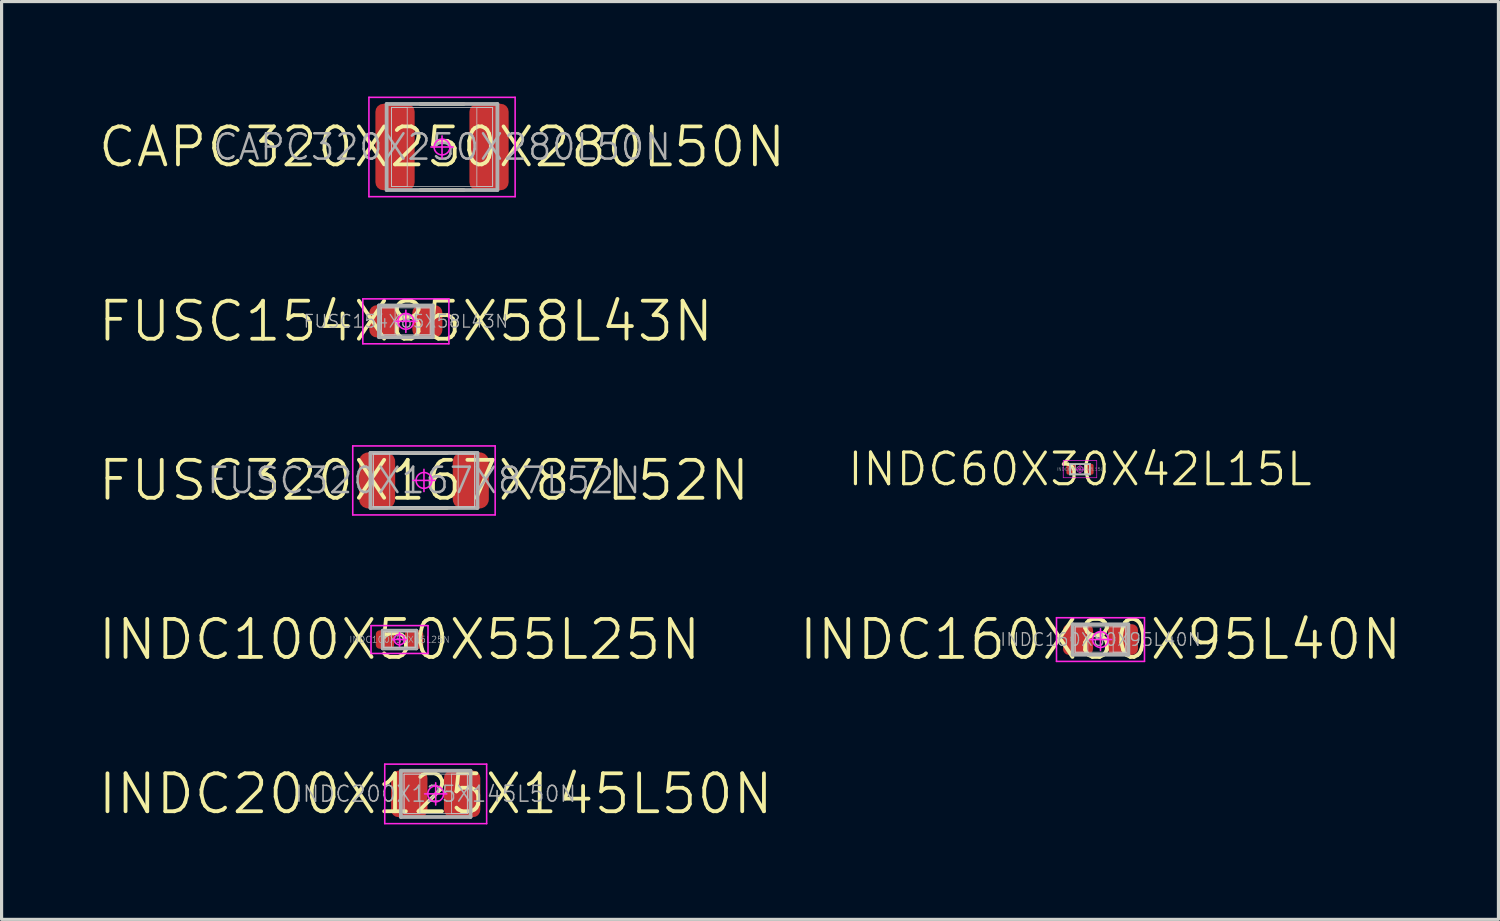
<source format=kicad_pcb>
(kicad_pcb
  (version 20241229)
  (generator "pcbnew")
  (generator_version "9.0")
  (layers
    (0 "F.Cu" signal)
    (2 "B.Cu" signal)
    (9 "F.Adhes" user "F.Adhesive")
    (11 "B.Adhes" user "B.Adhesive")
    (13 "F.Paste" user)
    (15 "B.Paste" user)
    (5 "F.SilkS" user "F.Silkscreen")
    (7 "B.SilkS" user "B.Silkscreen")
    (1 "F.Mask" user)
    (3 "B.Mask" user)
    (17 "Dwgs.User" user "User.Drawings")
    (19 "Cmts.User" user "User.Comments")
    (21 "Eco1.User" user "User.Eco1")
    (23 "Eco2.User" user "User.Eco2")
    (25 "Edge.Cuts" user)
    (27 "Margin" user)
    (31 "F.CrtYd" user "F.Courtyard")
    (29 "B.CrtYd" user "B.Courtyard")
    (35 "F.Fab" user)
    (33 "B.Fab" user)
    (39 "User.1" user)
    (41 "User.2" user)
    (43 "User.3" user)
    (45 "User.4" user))
  (footprint "INDC60X30X42L15L"
    (layer "F.Cu")
    (at 31.075 11.776)
    (property "Reference" "INDC60X30X42L15L" (at 0 0 0) (layer "F.SilkS") (effects (font (size 1 1) (thickness 0.1))))
    (attr smd)
    (fp_line (start -0.3 -0.15) (end -0.15 -0.15) (stroke (width 0.025) (type solid)) (layer "Dwgs.User"))
    (fp_line (start -0.3 -0.15) (end 0.3 -0.15) (stroke (width 0.025) (type solid)) (layer "Dwgs.User"))
    (fp_line (start -0.3 0.15) (end -0.3 -0.15) (stroke (width 0.025) (type solid)) (layer "Dwgs.User"))
    (fp_line (start -0.3 0.15) (end -0.3 -0.15) (stroke (width 0.025) (type solid)) (layer "Dwgs.User"))
    (fp_line (start -0.15 -0.15) (end -0.15 0.15) (stroke (width 0.025) (type solid)) (layer "Dwgs.User"))
    (fp_line (start -0.15 0.15) (end -0.3 0.15) (stroke (width 0.025) (type solid)) (layer "Dwgs.User"))
    (fp_line (start 0.15 -0.15) (end 0.3 -0.15) (stroke (width 0.025) (type solid)) (layer "Dwgs.User"))
    (fp_line (start 0.15 0.15) (end 0.15 -0.15) (stroke (width 0.025) (type solid)) (layer "Dwgs.User"))
    (fp_line (start 0.3 -0.15) (end 0.3 0.15) (stroke (width 0.025) (type solid)) (layer "Dwgs.User"))
    (fp_line (start 0.3 -0.15) (end 0.3 0.15) (stroke (width 0.025) (type solid)) (layer "Dwgs.User"))
    (fp_line (start 0.3 0.15) (end -0.3 0.15) (stroke (width 0.025) (type solid)) (layer "Dwgs.User"))
    (fp_line (start 0.3 0.15) (end 0.15 0.15) (stroke (width 0.025) (type solid)) (layer "Dwgs.User"))
    (fp_line (start -0.53 -0.27) (end 0.53 -0.27) (stroke (width 0.02) (type solid)) (layer "F.CrtYd"))
    (fp_line (start -0.53 0.27) (end -0.53 -0.27) (stroke (width 0.02) (type solid)) (layer "F.CrtYd"))
    (fp_line (start 0 -0.135) (end 0 0.135) (stroke (width 0.02) (type solid)) (layer "F.CrtYd"))
    (fp_line (start 0.135 0) (end -0.135 0) (stroke (width 0.02) (type solid)) (layer "F.CrtYd"))
    (fp_line (start 0.53 -0.27) (end 0.53 0.27) (stroke (width 0.02) (type solid)) (layer "F.CrtYd"))
    (fp_line (start 0.53 0.27) (end -0.53 0.27) (stroke (width 0.02) (type solid)) (layer "F.CrtYd"))
    (fp_circle (center 0 0) (end 0 0.101) (stroke (width 0.02) (type solid)) (fill no) (layer "F.CrtYd"))
    (fp_line (start -0.32 -0.17) (end 0.32 -0.17) (stroke (width 0.05) (type solid)) (layer "F.Fab"))
    (fp_line (start -0.32 0.17) (end -0.32 -0.17) (stroke (width 0.05) (type solid)) (layer "F.Fab"))
    (fp_line (start 0.32 -0.17) (end 0.32 0.17) (stroke (width 0.05) (type solid)) (layer "F.Fab"))
    (fp_line (start 0.32 0.17) (end -0.32 0.17) (stroke (width 0.05) (type solid)) (layer "F.Fab"))
    (fp_text user "${REFERENCE}" (at 0 0 0) (layer "F.Fab") (effects (font (size 0.1 0.1) (thickness 0.01))))
    (pad "1" smd roundrect (at -0.28 0) (size 0.3 0.34) (layers "F.Cu" "F.Mask" "F.Paste") (roundrect_rratio 0.2))
    (pad "2" smd roundrect (at 0.28 0) (size 0.3 0.34) (layers "F.Cu" "F.Mask" "F.Paste") (roundrect_rratio 0.2)))
  (footprint "FUSC154X85X58L43N"
    (layer "F.Cu")
    (at 9.774 7.103)
    (property "Reference" "FUSC154X85X58L43N" (at 0 0 0) (layer "F.SilkS") (effects (font (size 1.2 1.2) (thickness 0.12))))
    (attr smd)
    (fp_line (start -0.77 -0.425) (end -0.34 -0.425) (stroke (width 0.025) (type solid)) (layer "Dwgs.User"))
    (fp_line (start -0.77 -0.425) (end 0.77 -0.425) (stroke (width 0.025) (type solid)) (layer "Dwgs.User"))
    (fp_line (start -0.77 0.425) (end -0.77 -0.425) (stroke (width 0.025) (type solid)) (layer "Dwgs.User"))
    (fp_line (start -0.77 0.425) (end -0.77 -0.425) (stroke (width 0.025) (type solid)) (layer "Dwgs.User"))
    (fp_line (start -0.34 -0.425) (end -0.34 0.425) (stroke (width 0.025) (type solid)) (layer "Dwgs.User"))
    (fp_line (start -0.34 0.425) (end -0.77 0.425) (stroke (width 0.025) (type solid)) (layer "Dwgs.User"))
    (fp_line (start 0.34 -0.425) (end 0.77 -0.425) (stroke (width 0.025) (type solid)) (layer "Dwgs.User"))
    (fp_line (start 0.34 0.425) (end 0.34 -0.425) (stroke (width 0.025) (type solid)) (layer "Dwgs.User"))
    (fp_line (start 0.77 -0.425) (end 0.77 0.425) (stroke (width 0.025) (type solid)) (layer "Dwgs.User"))
    (fp_line (start 0.77 -0.425) (end 0.77 0.425) (stroke (width 0.025) (type solid)) (layer "Dwgs.User"))
    (fp_line (start 0.77 0.425) (end -0.77 0.425) (stroke (width 0.025) (type solid)) (layer "Dwgs.User"))
    (fp_line (start 0.77 0.425) (end 0.34 0.425) (stroke (width 0.025) (type solid)) (layer "Dwgs.User"))
    (fp_line (start -1.36 -0.71) (end 1.36 -0.71) (stroke (width 0.05) (type solid)) (layer "F.CrtYd"))
    (fp_line (start -1.36 0.71) (end -1.36 -0.71) (stroke (width 0.05) (type solid)) (layer "F.CrtYd"))
    (fp_line (start 0 -0.35) (end 0 0.35) (stroke (width 0.05) (type solid)) (layer "F.CrtYd"))
    (fp_line (start 0.35 0) (end -0.35 0) (stroke (width 0.05) (type solid)) (layer "F.CrtYd"))
    (fp_line (start 1.36 -0.71) (end 1.36 0.71) (stroke (width 0.05) (type solid)) (layer "F.CrtYd"))
    (fp_line (start 1.36 0.71) (end -1.36 0.71) (stroke (width 0.05) (type solid)) (layer "F.CrtYd"))
    (fp_circle (center 0 0) (end 0 0.25) (stroke (width 0.05) (type solid)) (fill no) (layer "F.CrtYd"))
    (fp_line (start -0.85 -0.5) (end 0.85 -0.5) (stroke (width 0.12) (type solid)) (layer "F.Fab"))
    (fp_line (start -0.85 0.5) (end -0.85 -0.5) (stroke (width 0.12) (type solid)) (layer "F.Fab"))
    (fp_line (start 0.85 -0.5) (end 0.85 0.5) (stroke (width 0.12) (type solid)) (layer "F.Fab"))
    (fp_line (start 0.85 0.5) (end -0.85 0.5) (stroke (width 0.12) (type solid)) (layer "F.Fab"))
    (fp_text user "${REFERENCE}" (at 0 0 0) (layer "F.Fab") (effects (font (size 0.4 0.4) (thickness 0.04))))
    (pad "1" smd roundrect (at -0.68 0) (size 0.95 1.02) (layers "F.Cu" "F.Mask" "F.Paste") (roundrect_rratio 0.25))
    (pad "2" smd roundrect (at 0.68 0) (size 0.95 1.02) (layers "F.Cu" "F.Mask" "F.Paste") (roundrect_rratio 0.25)))
  (footprint "FUSC320X167X87L52N"
    (layer "F.Cu")
    (at 10.346 12.13)
    (property "Reference" "FUSC320X167X87L52N" (at 0 0 0) (layer "F.SilkS") (effects (font (size 1.2 1.2) (thickness 0.12))))
    (attr smd)
    (fp_line (start -0.73 -0.87) (end 0.73 -0.87) (stroke (width 0.12) (type solid)) (layer "F.SilkS"))
    (fp_line (start -0.73 0.87) (end 0.73 0.87) (stroke (width 0.12) (type solid)) (layer "F.SilkS"))
    (fp_line (start -1.6 -0.835) (end -1.08 -0.835) (stroke (width 0.025) (type solid)) (layer "Dwgs.User"))
    (fp_line (start -1.6 -0.835) (end 1.6 -0.835) (stroke (width 0.025) (type solid)) (layer "Dwgs.User"))
    (fp_line (start -1.6 0.835) (end -1.6 -0.835) (stroke (width 0.025) (type solid)) (layer "Dwgs.User"))
    (fp_line (start -1.6 0.835) (end -1.6 -0.835) (stroke (width 0.025) (type solid)) (layer "Dwgs.User"))
    (fp_line (start -1.08 -0.835) (end -1.08 0.835) (stroke (width 0.025) (type solid)) (layer "Dwgs.User"))
    (fp_line (start -1.08 0.835) (end -1.6 0.835) (stroke (width 0.025) (type solid)) (layer "Dwgs.User"))
    (fp_line (start 1.08 -0.835) (end 1.6 -0.835) (stroke (width 0.025) (type solid)) (layer "Dwgs.User"))
    (fp_line (start 1.08 0.835) (end 1.08 -0.835) (stroke (width 0.025) (type solid)) (layer "Dwgs.User"))
    (fp_line (start 1.6 -0.835) (end 1.6 0.835) (stroke (width 0.025) (type solid)) (layer "Dwgs.User"))
    (fp_line (start 1.6 -0.835) (end 1.6 0.835) (stroke (width 0.025) (type solid)) (layer "Dwgs.User"))
    (fp_line (start 1.6 0.835) (end -1.6 0.835) (stroke (width 0.025) (type solid)) (layer "Dwgs.User"))
    (fp_line (start 1.6 0.835) (end 1.08 0.835) (stroke (width 0.025) (type solid)) (layer "Dwgs.User"))
    (fp_line (start -2.25 -1.09) (end 2.25 -1.09) (stroke (width 0.05) (type solid)) (layer "F.CrtYd"))
    (fp_line (start -2.25 1.09) (end -2.25 -1.09) (stroke (width 0.05) (type solid)) (layer "F.CrtYd"))
    (fp_line (start 0 -0.35) (end 0 0.35) (stroke (width 0.05) (type solid)) (layer "F.CrtYd"))
    (fp_line (start 0.35 0) (end -0.35 0) (stroke (width 0.05) (type solid)) (layer "F.CrtYd"))
    (fp_line (start 2.25 -1.09) (end 2.25 1.09) (stroke (width 0.05) (type solid)) (layer "F.CrtYd"))
    (fp_line (start 2.25 1.09) (end -2.25 1.09) (stroke (width 0.05) (type solid)) (layer "F.CrtYd"))
    (fp_circle (center 0 0) (end 0 0.25) (stroke (width 0.05) (type solid)) (fill no) (layer "F.CrtYd"))
    (fp_line (start -1.69 -0.87) (end 1.69 -0.87) (stroke (width 0.12) (type solid)) (layer "F.Fab"))
    (fp_line (start -1.69 0.87) (end -1.69 -0.87) (stroke (width 0.12) (type solid)) (layer "F.Fab"))
    (fp_line (start 1.69 -0.87) (end 1.69 0.87) (stroke (width 0.12) (type solid)) (layer "F.Fab"))
    (fp_line (start 1.69 0.87) (end -1.69 0.87) (stroke (width 0.12) (type solid)) (layer "F.Fab"))
    (fp_text user "${REFERENCE}" (at 0 0 0) (layer "F.Fab") (effects (font (size 0.8 0.8) (thickness 0.08))))
    (pad "1" smd roundrect (at -1.48 0) (size 1.14 1.77) (layers "F.Cu" "F.Mask" "F.Paste") (roundrect_rratio 0.25))
    (pad "2" smd roundrect (at 1.48 0) (size 1.14 1.77) (layers "F.Cu" "F.Mask" "F.Paste") (roundrect_rratio 0.25)))
  (footprint "INDC160X80X95L40N"
    (layer "F.Cu")
    (at 31.723 17.158)
    (property "Reference" "INDC160X80X95L40N" (at 0 0 0) (layer "F.SilkS") (effects (font (size 1.2 1.2) (thickness 0.12))))
    (attr smd)
    (fp_line (start -0.8 -0.4) (end -0.4 -0.4) (stroke (width 0.025) (type solid)) (layer "Dwgs.User"))
    (fp_line (start -0.8 -0.4) (end 0.8 -0.4) (stroke (width 0.025) (type solid)) (layer "Dwgs.User"))
    (fp_line (start -0.8 0.4) (end -0.8 -0.4) (stroke (width 0.025) (type solid)) (layer "Dwgs.User"))
    (fp_line (start -0.8 0.4) (end -0.8 -0.4) (stroke (width 0.025) (type solid)) (layer "Dwgs.User"))
    (fp_line (start -0.4 -0.4) (end -0.4 0.4) (stroke (width 0.025) (type solid)) (layer "Dwgs.User"))
    (fp_line (start -0.4 0.4) (end -0.8 0.4) (stroke (width 0.025) (type solid)) (layer "Dwgs.User"))
    (fp_line (start 0.4 -0.4) (end 0.8 -0.4) (stroke (width 0.025) (type solid)) (layer "Dwgs.User"))
    (fp_line (start 0.4 0.4) (end 0.4 -0.4) (stroke (width 0.025) (type solid)) (layer "Dwgs.User"))
    (fp_line (start 0.8 -0.4) (end 0.8 0.4) (stroke (width 0.025) (type solid)) (layer "Dwgs.User"))
    (fp_line (start 0.8 -0.4) (end 0.8 0.4) (stroke (width 0.025) (type solid)) (layer "Dwgs.User"))
    (fp_line (start 0.8 0.4) (end -0.8 0.4) (stroke (width 0.025) (type solid)) (layer "Dwgs.User"))
    (fp_line (start 0.8 0.4) (end 0.4 0.4) (stroke (width 0.025) (type solid)) (layer "Dwgs.User"))
    (fp_line (start -1.39 -0.69) (end 1.39 -0.69) (stroke (width 0.05) (type solid)) (layer "F.CrtYd"))
    (fp_line (start -1.39 0.69) (end -1.39 -0.69) (stroke (width 0.05) (type solid)) (layer "F.CrtYd"))
    (fp_line (start 0 -0.345) (end 0 0.345) (stroke (width 0.05) (type solid)) (layer "F.CrtYd"))
    (fp_line (start 0.345 0) (end -0.345 0) (stroke (width 0.05) (type solid)) (layer "F.CrtYd"))
    (fp_line (start 1.39 -0.69) (end 1.39 0.69) (stroke (width 0.05) (type solid)) (layer "F.CrtYd"))
    (fp_line (start 1.39 0.69) (end -1.39 0.69) (stroke (width 0.05) (type solid)) (layer "F.CrtYd"))
    (fp_circle (center 0 0) (end 0 0.25) (stroke (width 0.05) (type solid)) (fill no) (layer "F.CrtYd"))
    (fp_line (start -0.88 -0.48) (end 0.88 -0.48) (stroke (width 0.12) (type solid)) (layer "F.Fab"))
    (fp_line (start -0.88 0.48) (end -0.88 -0.48) (stroke (width 0.12) (type solid)) (layer "F.Fab"))
    (fp_line (start 0.88 -0.48) (end 0.88 0.48) (stroke (width 0.12) (type solid)) (layer "F.Fab"))
    (fp_line (start 0.88 0.48) (end -0.88 0.48) (stroke (width 0.12) (type solid)) (layer "F.Fab"))
    (fp_text user "${REFERENCE}" (at 0 0 0) (layer "F.Fab") (effects (font (size 0.4 0.4) (thickness 0.04))))
    (pad "1" smd roundrect (at -0.71 0) (size 0.95 0.97) (layers "F.Cu" "F.Mask" "F.Paste") (roundrect_rratio 0.2))
    (pad "2" smd roundrect (at 0.71 0) (size 0.95 0.97) (layers "F.Cu" "F.Mask" "F.Paste") (roundrect_rratio 0.2)))
  (footprint "INDC100X50X55L25N"
    (layer "F.Cu")
    (at 9.574 17.158)
    (property "Reference" "INDC100X50X55L25N" (at 0 0 0) (layer "F.SilkS") (effects (font (size 1.2 1.2) (thickness 0.12))))
    (attr smd)
    (fp_line (start -0.5 -0.25) (end -0.25 -0.25) (stroke (width 0.025) (type solid)) (layer "Dwgs.User"))
    (fp_line (start -0.5 -0.25) (end 0.5 -0.25) (stroke (width 0.025) (type solid)) (layer "Dwgs.User"))
    (fp_line (start -0.5 0.25) (end -0.5 -0.25) (stroke (width 0.025) (type solid)) (layer "Dwgs.User"))
    (fp_line (start -0.5 0.25) (end -0.5 -0.25) (stroke (width 0.025) (type solid)) (layer "Dwgs.User"))
    (fp_line (start -0.25 -0.25) (end -0.25 0.25) (stroke (width 0.025) (type solid)) (layer "Dwgs.User"))
    (fp_line (start -0.25 0.25) (end -0.5 0.25) (stroke (width 0.025) (type solid)) (layer "Dwgs.User"))
    (fp_line (start 0.25 -0.25) (end 0.5 -0.25) (stroke (width 0.025) (type solid)) (layer "Dwgs.User"))
    (fp_line (start 0.25 0.25) (end 0.25 -0.25) (stroke (width 0.025) (type solid)) (layer "Dwgs.User"))
    (fp_line (start 0.5 -0.25) (end 0.5 0.25) (stroke (width 0.025) (type solid)) (layer "Dwgs.User"))
    (fp_line (start 0.5 -0.25) (end 0.5 0.25) (stroke (width 0.025) (type solid)) (layer "Dwgs.User"))
    (fp_line (start 0.5 0.25) (end -0.5 0.25) (stroke (width 0.025) (type solid)) (layer "Dwgs.User"))
    (fp_line (start 0.5 0.25) (end 0.25 0.25) (stroke (width 0.025) (type solid)) (layer "Dwgs.User"))
    (fp_line (start -0.9 -0.44) (end 0.9 -0.44) (stroke (width 0.05) (type solid)) (layer "F.CrtYd"))
    (fp_line (start -0.9 0.44) (end -0.9 -0.44) (stroke (width 0.05) (type solid)) (layer "F.CrtYd"))
    (fp_line (start 0 -0.22) (end 0 0.22) (stroke (width 0.05) (type solid)) (layer "F.CrtYd"))
    (fp_line (start 0.22 0) (end -0.22 0) (stroke (width 0.05) (type solid)) (layer "F.CrtYd"))
    (fp_line (start 0.9 -0.44) (end 0.9 0.44) (stroke (width 0.05) (type solid)) (layer "F.CrtYd"))
    (fp_line (start 0.9 0.44) (end -0.9 0.44) (stroke (width 0.05) (type solid)) (layer "F.CrtYd"))
    (fp_circle (center 0 0) (end 0 0.165) (stroke (width 0.05) (type solid)) (fill no) (layer "F.CrtYd"))
    (fp_line (start -0.53 -0.28) (end 0.53 -0.28) (stroke (width 0.12) (type solid)) (layer "F.Fab"))
    (fp_line (start -0.53 0.28) (end -0.53 -0.28) (stroke (width 0.12) (type solid)) (layer "F.Fab"))
    (fp_line (start 0.53 -0.28) (end 0.53 0.28) (stroke (width 0.12) (type solid)) (layer "F.Fab"))
    (fp_line (start 0.53 0.28) (end -0.53 0.28) (stroke (width 0.12) (type solid)) (layer "F.Fab"))
    (fp_text user "${REFERENCE}" (at 0 0 0) (layer "F.Fab") (effects (font (size 0.2 0.2) (thickness 0.02))))
    (pad "1" smd roundrect (at -0.46 0) (size 0.58 0.58) (layers "F.Cu" "F.Mask" "F.Paste") (roundrect_rratio 0.207))
    (pad "2" smd roundrect (at 0.46 0) (size 0.58 0.58) (layers "F.Cu" "F.Mask" "F.Paste") (roundrect_rratio 0.207)))
  (footprint "INDC200X125X145L50N"
    (layer "F.Cu")
    (at 10.717 22.035)
    (property "Reference" "INDC200X125X145L50N" (at 0 0 0) (layer "F.SilkS") (effects (font (size 1.2 1.2) (thickness 0.12))))
    (attr smd)
    (fp_line (start -1 -0.625) (end -0.5 -0.625) (stroke (width 0.025) (type solid)) (layer "Dwgs.User"))
    (fp_line (start -1 -0.625) (end 1 -0.625) (stroke (width 0.025) (type solid)) (layer "Dwgs.User"))
    (fp_line (start -1 0.625) (end -1 -0.625) (stroke (width 0.025) (type solid)) (layer "Dwgs.User"))
    (fp_line (start -1 0.625) (end -1 -0.625) (stroke (width 0.025) (type solid)) (layer "Dwgs.User"))
    (fp_line (start -0.5 -0.625) (end -0.5 0.625) (stroke (width 0.025) (type solid)) (layer "Dwgs.User"))
    (fp_line (start -0.5 0.625) (end -1 0.625) (stroke (width 0.025) (type solid)) (layer "Dwgs.User"))
    (fp_line (start 0.5 -0.625) (end 1 -0.625) (stroke (width 0.025) (type solid)) (layer "Dwgs.User"))
    (fp_line (start 0.5 0.625) (end 0.5 -0.625) (stroke (width 0.025) (type solid)) (layer "Dwgs.User"))
    (fp_line (start 1 -0.625) (end 1 0.625) (stroke (width 0.025) (type solid)) (layer "Dwgs.User"))
    (fp_line (start 1 -0.625) (end 1 0.625) (stroke (width 0.025) (type solid)) (layer "Dwgs.User"))
    (fp_line (start 1 0.625) (end -1 0.625) (stroke (width 0.025) (type solid)) (layer "Dwgs.User"))
    (fp_line (start 1 0.625) (end 0.5 0.625) (stroke (width 0.025) (type solid)) (layer "Dwgs.User"))
    (fp_line (start -1.61 -0.94) (end 1.61 -0.94) (stroke (width 0.05) (type solid)) (layer "F.CrtYd"))
    (fp_line (start -1.61 0.94) (end -1.61 -0.94) (stroke (width 0.05) (type solid)) (layer "F.CrtYd"))
    (fp_line (start 0 -0.35) (end 0 0.35) (stroke (width 0.05) (type solid)) (layer "F.CrtYd"))
    (fp_line (start 0.35 0) (end -0.35 0) (stroke (width 0.05) (type solid)) (layer "F.CrtYd"))
    (fp_line (start 1.61 -0.94) (end 1.61 0.94) (stroke (width 0.05) (type solid)) (layer "F.CrtYd"))
    (fp_line (start 1.61 0.94) (end -1.61 0.94) (stroke (width 0.05) (type solid)) (layer "F.CrtYd"))
    (fp_circle (center 0 0) (end 0 0.25) (stroke (width 0.05) (type solid)) (fill no) (layer "F.CrtYd"))
    (fp_line (start -1.1 -0.73) (end 1.1 -0.73) (stroke (width 0.12) (type solid)) (layer "F.Fab"))
    (fp_line (start -1.1 0.73) (end -1.1 -0.73) (stroke (width 0.12) (type solid)) (layer "F.Fab"))
    (fp_line (start 1.1 -0.73) (end 1.1 0.73) (stroke (width 0.12) (type solid)) (layer "F.Fab"))
    (fp_line (start 1.1 0.73) (end -1.1 0.73) (stroke (width 0.12) (type solid)) (layer "F.Fab"))
    (fp_text user "${REFERENCE}" (at 0 0 0) (layer "F.Fab") (effects (font (size 0.5 0.5) (thickness 0.05))))
    (pad "1" smd roundrect (at -0.835 0) (size 1.15 1.47) (layers "F.Cu" "F.Mask" "F.Paste") (roundrect_rratio 0.2))
    (pad "2" smd roundrect (at 0.835 0) (size 1.15 1.47) (layers "F.Cu" "F.Mask" "F.Paste") (roundrect_rratio 0.2)))
  (footprint "CAPC320X250X280L50N"
    (layer "F.Cu")
    (at 10.917 1.595)
    (property "Reference" "CAPC320X250X280L50N" (at 0 0 0) (layer "F.SilkS") (effects (font (size 1.2 1.2) (thickness 0.12))))
    (attr smd)
    (fp_line (start -0.685 -1.36) (end 0.685 -1.36) (stroke (width 0.12) (type solid)) (layer "F.SilkS"))
    (fp_line (start -0.685 1.36) (end 0.685 1.36) (stroke (width 0.12) (type solid)) (layer "F.SilkS"))
    (fp_line (start -1.6 -1.25) (end -1.1 -1.25) (stroke (width 0.025) (type solid)) (layer "Dwgs.User"))
    (fp_line (start -1.6 -1.25) (end 1.6 -1.25) (stroke (width 0.025) (type solid)) (layer "Dwgs.User"))
    (fp_line (start -1.6 1.25) (end -1.6 -1.25) (stroke (width 0.025) (type solid)) (layer "Dwgs.User"))
    (fp_line (start -1.6 1.25) (end -1.6 -1.25) (stroke (width 0.025) (type solid)) (layer "Dwgs.User"))
    (fp_line (start -1.1 -1.25) (end -1.1 1.25) (stroke (width 0.025) (type solid)) (layer "Dwgs.User"))
    (fp_line (start -1.1 1.25) (end -1.6 1.25) (stroke (width 0.025) (type solid)) (layer "Dwgs.User"))
    (fp_line (start 1.1 -1.25) (end 1.6 -1.25) (stroke (width 0.025) (type solid)) (layer "Dwgs.User"))
    (fp_line (start 1.1 1.25) (end 1.1 -1.25) (stroke (width 0.025) (type solid)) (layer "Dwgs.User"))
    (fp_line (start 1.6 -1.25) (end 1.6 1.25) (stroke (width 0.025) (type solid)) (layer "Dwgs.User"))
    (fp_line (start 1.6 -1.25) (end 1.6 1.25) (stroke (width 0.025) (type solid)) (layer "Dwgs.User"))
    (fp_line (start 1.6 1.25) (end -1.6 1.25) (stroke (width 0.025) (type solid)) (layer "Dwgs.User"))
    (fp_line (start 1.6 1.25) (end 1.1 1.25) (stroke (width 0.025) (type solid)) (layer "Dwgs.User"))
    (fp_line (start -2.31 -1.57) (end 2.31 -1.57) (stroke (width 0.05) (type solid)) (layer "F.CrtYd"))
    (fp_line (start -2.31 1.57) (end -2.31 -1.57) (stroke (width 0.05) (type solid)) (layer "F.CrtYd"))
    (fp_line (start 0 -0.35) (end 0 0.35) (stroke (width 0.05) (type solid)) (layer "F.CrtYd"))
    (fp_line (start 0.35 0) (end -0.35 0) (stroke (width 0.05) (type solid)) (layer "F.CrtYd"))
    (fp_line (start 2.31 -1.57) (end 2.31 1.57) (stroke (width 0.05) (type solid)) (layer "F.CrtYd"))
    (fp_line (start 2.31 1.57) (end -2.31 1.57) (stroke (width 0.05) (type solid)) (layer "F.CrtYd"))
    (fp_circle (center 0 0) (end 0 0.25) (stroke (width 0.05) (type solid)) (fill no) (layer "F.CrtYd"))
    (fp_line (start -1.75 -1.36) (end 1.75 -1.36) (stroke (width 0.12) (type solid)) (layer "F.Fab"))
    (fp_line (start -1.75 1.36) (end -1.75 -1.36) (stroke (width 0.12) (type solid)) (layer "F.Fab"))
    (fp_line (start 1.75 -1.36) (end 1.75 1.36) (stroke (width 0.12) (type solid)) (layer "F.Fab"))
    (fp_line (start 1.75 1.36) (end -1.75 1.36) (stroke (width 0.12) (type solid)) (layer "F.Fab"))
    (fp_text user "${REFERENCE}" (at 0 0 0) (layer "F.Fab") (effects (font (size 0.8 0.8) (thickness 0.08))))
    (pad "1" smd roundrect (at -1.485 0) (size 1.24 2.73) (layers "F.Cu" "F.Mask" "F.Paste") (roundrect_rratio 0.202))
    (pad "2" smd roundrect (at 1.485 0) (size 1.24 2.73) (layers "F.Cu" "F.Mask" "F.Paste") (roundrect_rratio 0.202)))
  (gr_rect
    (start -3 -3)
    (end 44.297 26)
    (stroke (width 0.1) (type default))
    (fill no)
    (layer "Edge.Cuts")))
</source>
